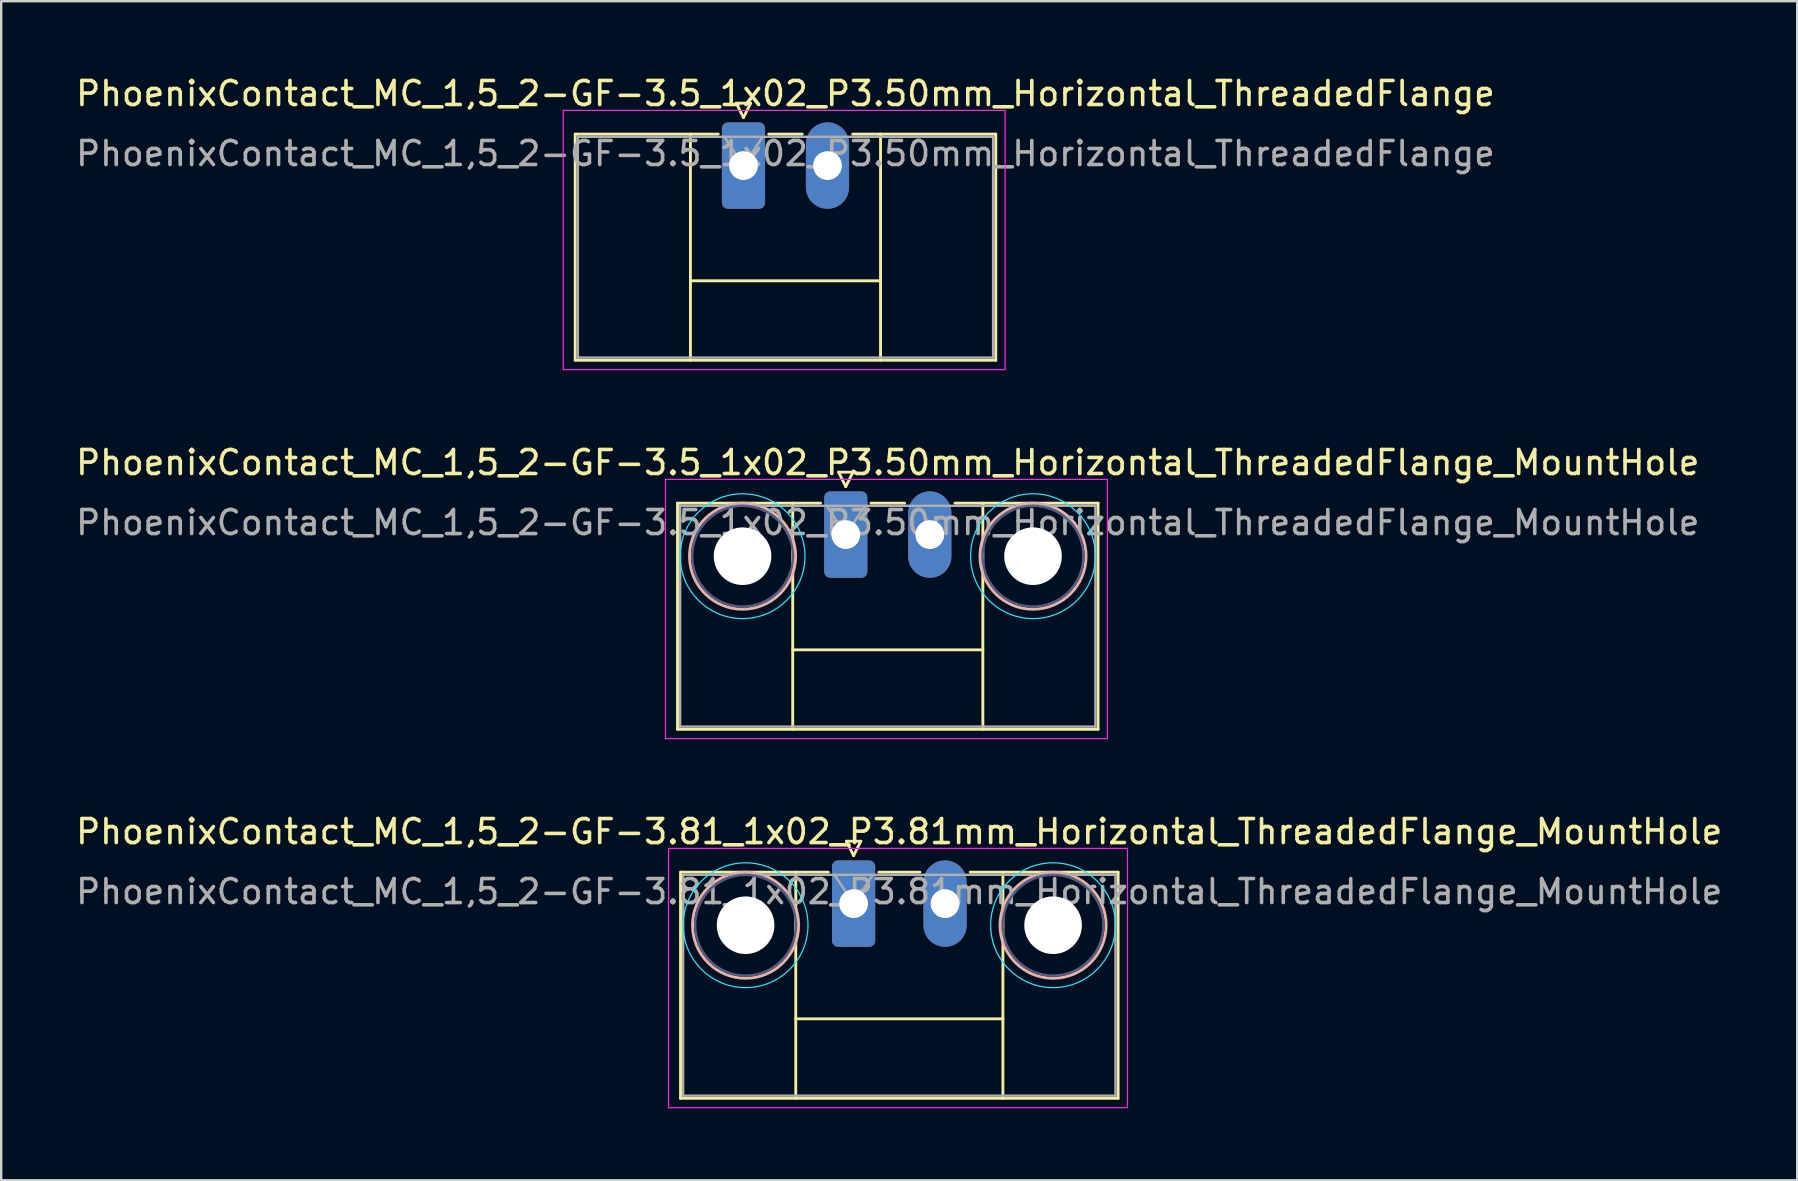
<source format=kicad_pcb>
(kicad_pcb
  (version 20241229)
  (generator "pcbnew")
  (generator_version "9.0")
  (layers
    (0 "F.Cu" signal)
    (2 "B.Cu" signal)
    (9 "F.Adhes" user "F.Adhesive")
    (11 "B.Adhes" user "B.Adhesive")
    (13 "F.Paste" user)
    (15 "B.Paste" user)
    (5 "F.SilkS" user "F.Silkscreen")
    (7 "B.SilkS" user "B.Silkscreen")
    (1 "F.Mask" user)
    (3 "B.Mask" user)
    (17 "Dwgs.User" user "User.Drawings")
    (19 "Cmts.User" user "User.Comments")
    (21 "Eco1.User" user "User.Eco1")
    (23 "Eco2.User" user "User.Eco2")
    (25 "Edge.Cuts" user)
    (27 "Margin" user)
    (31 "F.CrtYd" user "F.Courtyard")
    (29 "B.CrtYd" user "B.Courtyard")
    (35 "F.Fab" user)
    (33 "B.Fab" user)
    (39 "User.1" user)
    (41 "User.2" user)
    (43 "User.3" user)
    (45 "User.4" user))
  (footprint "PhoenixContact_MC_1,5_2-GF-3.5_1x02_P3.50mm_Horizontal_ThreadedFlange"
    (layer "F.Cu")
    (at 27.923 3.848)
    (property "Reference" "PhoenixContact_MC_1,5_2-GF-3.5_1x02_P3.50mm_Horizontal_ThreadedFlange" (at 1.75 -3 0) (layer "F.SilkS") (effects (font (size 1 1) (thickness 0.15))))
    (attr through_hole)
    (fp_line (start -7.01 -1.31) (end -7.01 8.11) (stroke (width 0.12) (type solid)) (layer "F.SilkS"))
    (fp_line (start -7.01 -1.31) (end -1.05 -1.31) (stroke (width 0.12) (type solid)) (layer "F.SilkS"))
    (fp_line (start -7.01 8.11) (end 10.51 8.11) (stroke (width 0.12) (type solid)) (layer "F.SilkS"))
    (fp_line (start -2.21 -1.31) (end -2.21 8.11) (stroke (width 0.12) (type solid)) (layer "F.SilkS"))
    (fp_line (start -2.21 4.8) (end 5.71 4.8) (stroke (width 0.12) (type solid)) (layer "F.SilkS"))
    (fp_line (start -0.3 -2.6) (end 0.3 -2.6) (stroke (width 0.12) (type solid)) (layer "F.SilkS"))
    (fp_line (start 0 -2) (end -0.3 -2.6) (stroke (width 0.12) (type solid)) (layer "F.SilkS"))
    (fp_line (start 0.3 -2.6) (end 0 -2) (stroke (width 0.12) (type solid)) (layer "F.SilkS"))
    (fp_line (start 1.05 -1.31) (end 2.45 -1.31) (stroke (width 0.12) (type solid)) (layer "F.SilkS"))
    (fp_line (start 5.71 -1.31) (end 5.71 8.11) (stroke (width 0.12) (type solid)) (layer "F.SilkS"))
    (fp_line (start 10.51 -1.31) (end 4.55 -1.31) (stroke (width 0.12) (type solid)) (layer "F.SilkS"))
    (fp_line (start 10.51 8.11) (end 10.51 -1.31) (stroke (width 0.12) (type solid)) (layer "F.SilkS"))
    (fp_line (start -7.51 -2.3) (end -7.51 8.5) (stroke (width 0.05) (type solid)) (layer "F.CrtYd"))
    (fp_line (start -7.51 8.5) (end 10.9 8.5) (stroke (width 0.05) (type solid)) (layer "F.CrtYd"))
    (fp_line (start 10.9 -2.3) (end -7.51 -2.3) (stroke (width 0.05) (type solid)) (layer "F.CrtYd"))
    (fp_line (start 10.9 8.5) (end 10.9 -2.3) (stroke (width 0.05) (type solid)) (layer "F.CrtYd"))
    (fp_line (start -6.9 -1.2) (end -6.9 8) (stroke (width 0.1) (type solid)) (layer "F.Fab"))
    (fp_line (start -6.9 8) (end 10.4 8) (stroke (width 0.1) (type solid)) (layer "F.Fab"))
    (fp_line (start 0 0) (end -0.8 -1.2) (stroke (width 0.1) (type solid)) (layer "F.Fab"))
    (fp_line (start 0.8 -1.2) (end 0 0) (stroke (width 0.1) (type solid)) (layer "F.Fab"))
    (fp_line (start 10.4 -1.2) (end -6.9 -1.2) (stroke (width 0.1) (type solid)) (layer "F.Fab"))
    (fp_line (start 10.4 8) (end 10.4 -1.2) (stroke (width 0.1) (type solid)) (layer "F.Fab"))
    (fp_text user "${REFERENCE}" (at 1.75 -0.5 0) (layer "F.Fab") (effects (font (size 1 1) (thickness 0.15))))
    (pad "1" thru_hole roundrect (at 0 0) (size 1.8 3.6) (drill 1.2) (layers "*.Cu" "*.Mask") (roundrect_rratio 0.139))
    (pad "2" thru_hole oval (at 3.5 0) (size 1.8 3.6) (drill 1.2) (layers "*.Cu" "*.Mask")))
  (footprint "PhoenixContact_MC_1,5_2-GF-3.5_1x02_P3.50mm_Horizontal_ThreadedFlange_MountHole"
    (layer "F.Cu")
    (at 32.185 19.221)
    (property "Reference" "PhoenixContact_MC_1,5_2-GF-3.5_1x02_P3.50mm_Horizontal_ThreadedFlange_MountHole" (at 1.75 -3 0) (layer "F.SilkS") (effects (font (size 1 1) (thickness 0.15))))
    (attr through_hole)
    (fp_line (start -7.01 -1.31) (end -7.01 8.11) (stroke (width 0.12) (type solid)) (layer "F.SilkS"))
    (fp_line (start -7.01 -1.31) (end -1.05 -1.31) (stroke (width 0.12) (type solid)) (layer "F.SilkS"))
    (fp_line (start -7.01 8.11) (end 10.51 8.11) (stroke (width 0.12) (type solid)) (layer "F.SilkS"))
    (fp_line (start -2.21 -1.31) (end -2.21 8.11) (stroke (width 0.12) (type solid)) (layer "F.SilkS"))
    (fp_line (start -2.21 4.8) (end 5.71 4.8) (stroke (width 0.12) (type solid)) (layer "F.SilkS"))
    (fp_line (start -0.3 -2.6) (end 0.3 -2.6) (stroke (width 0.12) (type solid)) (layer "F.SilkS"))
    (fp_line (start 0 -2) (end -0.3 -2.6) (stroke (width 0.12) (type solid)) (layer "F.SilkS"))
    (fp_line (start 0.3 -2.6) (end 0 -2) (stroke (width 0.12) (type solid)) (layer "F.SilkS"))
    (fp_line (start 1.05 -1.31) (end 2.45 -1.31) (stroke (width 0.12) (type solid)) (layer "F.SilkS"))
    (fp_line (start 5.71 -1.31) (end 5.71 8.11) (stroke (width 0.12) (type solid)) (layer "F.SilkS"))
    (fp_line (start 10.51 -1.31) (end 4.55 -1.31) (stroke (width 0.12) (type solid)) (layer "F.SilkS"))
    (fp_line (start 10.51 8.11) (end 10.51 -1.31) (stroke (width 0.12) (type solid)) (layer "F.SilkS"))
    (fp_circle (center -4.3 0.9) (end -2.09 0.9) (stroke (width 0.12) (type solid)) (fill no) (layer "B.SilkS"))
    (fp_circle (center 7.8 0.9) (end 10.01 0.9) (stroke (width 0.12) (type solid)) (fill no) (layer "B.SilkS"))
    (fp_circle (center -4.3 0.9) (end -1.7 0.9) (stroke (width 0.05) (type solid)) (fill no) (layer "B.CrtYd"))
    (fp_circle (center 7.8 0.9) (end 10.4 0.9) (stroke (width 0.05) (type solid)) (fill no) (layer "B.CrtYd"))
    (fp_line (start -7.51 -2.3) (end -7.51 8.5) (stroke (width 0.05) (type solid)) (layer "F.CrtYd"))
    (fp_line (start -7.51 8.5) (end 10.9 8.5) (stroke (width 0.05) (type solid)) (layer "F.CrtYd"))
    (fp_line (start 10.9 -2.3) (end -7.51 -2.3) (stroke (width 0.05) (type solid)) (layer "F.CrtYd"))
    (fp_line (start 10.9 8.5) (end 10.9 -2.3) (stroke (width 0.05) (type solid)) (layer "F.CrtYd"))
    (fp_circle (center -4.3 0.9) (end -2.2 0.9) (stroke (width 0.1) (type solid)) (fill no) (layer "B.Fab"))
    (fp_circle (center 7.8 0.9) (end 9.9 0.9) (stroke (width 0.1) (type solid)) (fill no) (layer "B.Fab"))
    (fp_line (start -6.9 -1.2) (end -6.9 8) (stroke (width 0.1) (type solid)) (layer "F.Fab"))
    (fp_line (start -6.9 8) (end 10.4 8) (stroke (width 0.1) (type solid)) (layer "F.Fab"))
    (fp_line (start 0 0) (end -0.8 -1.2) (stroke (width 0.1) (type solid)) (layer "F.Fab"))
    (fp_line (start 0.8 -1.2) (end 0 0) (stroke (width 0.1) (type solid)) (layer "F.Fab"))
    (fp_line (start 10.4 -1.2) (end -6.9 -1.2) (stroke (width 0.1) (type solid)) (layer "F.Fab"))
    (fp_line (start 10.4 8) (end 10.4 -1.2) (stroke (width 0.1) (type solid)) (layer "F.Fab"))
    (fp_text user "${REFERENCE}" (at 1.75 -0.5 0) (layer "F.Fab") (effects (font (size 1 1) (thickness 0.15))))
    (pad "" np_thru_hole circle (at -4.3 0.9) (size 2.4 2.4) (drill 2.4) (layers "*.Cu" "*.Mask"))
    (pad "" np_thru_hole circle (at 7.8 0.9) (size 2.4 2.4) (drill 2.4) (layers "*.Cu" "*.Mask"))
    (pad "1" thru_hole roundrect (at 0 0) (size 1.8 3.6) (drill 1.2) (layers "*.Cu" "*.Mask") (roundrect_rratio 0.139))
    (pad "2" thru_hole oval (at 3.5 0) (size 1.8 3.6) (drill 1.2) (layers "*.Cu" "*.Mask")))
  (footprint "PhoenixContact_MC_1,5_2-GF-3.81_1x02_P3.81mm_Horizontal_ThreadedFlange_MountHole"
    (layer "F.Cu")
    (at 32.511 34.595)
    (property "Reference" "PhoenixContact_MC_1,5_2-GF-3.81_1x02_P3.81mm_Horizontal_ThreadedFlange_MountHole" (at 1.9 -3 0) (layer "F.SilkS") (effects (font (size 1 1) (thickness 0.15))))
    (attr through_hole)
    (fp_line (start -7.21 -1.31) (end -7.21 8.11) (stroke (width 0.12) (type solid)) (layer "F.SilkS"))
    (fp_line (start -7.21 -1.31) (end -1.05 -1.31) (stroke (width 0.12) (type solid)) (layer "F.SilkS"))
    (fp_line (start -7.21 8.11) (end 11.02 8.11) (stroke (width 0.12) (type solid)) (layer "F.SilkS"))
    (fp_line (start -2.41 -1.31) (end -2.41 8.11) (stroke (width 0.12) (type solid)) (layer "F.SilkS"))
    (fp_line (start -2.41 4.8) (end 6.22 4.8) (stroke (width 0.12) (type solid)) (layer "F.SilkS"))
    (fp_line (start -0.3 -2.6) (end 0.3 -2.6) (stroke (width 0.12) (type solid)) (layer "F.SilkS"))
    (fp_line (start 0 -2) (end -0.3 -2.6) (stroke (width 0.12) (type solid)) (layer "F.SilkS"))
    (fp_line (start 0.3 -2.6) (end 0 -2) (stroke (width 0.12) (type solid)) (layer "F.SilkS"))
    (fp_line (start 1.05 -1.31) (end 2.76 -1.31) (stroke (width 0.12) (type solid)) (layer "F.SilkS"))
    (fp_line (start 6.22 -1.31) (end 6.22 8.11) (stroke (width 0.12) (type solid)) (layer "F.SilkS"))
    (fp_line (start 11.02 -1.31) (end 4.86 -1.31) (stroke (width 0.12) (type solid)) (layer "F.SilkS"))
    (fp_line (start 11.02 8.11) (end 11.02 -1.31) (stroke (width 0.12) (type solid)) (layer "F.SilkS"))
    (fp_circle (center -4.5 0.9) (end -2.29 0.9) (stroke (width 0.12) (type solid)) (fill no) (layer "B.SilkS"))
    (fp_circle (center 8.31 0.9) (end 10.52 0.9) (stroke (width 0.12) (type solid)) (fill no) (layer "B.SilkS"))
    (fp_circle (center -4.5 0.9) (end -1.9 0.9) (stroke (width 0.05) (type solid)) (fill no) (layer "B.CrtYd"))
    (fp_circle (center 8.31 0.9) (end 10.91 0.9) (stroke (width 0.05) (type solid)) (fill no) (layer "B.CrtYd"))
    (fp_line (start -7.71 -2.3) (end -7.71 8.5) (stroke (width 0.05) (type solid)) (layer "F.CrtYd"))
    (fp_line (start -7.71 8.5) (end 11.41 8.5) (stroke (width 0.05) (type solid)) (layer "F.CrtYd"))
    (fp_line (start 11.41 -2.3) (end -7.71 -2.3) (stroke (width 0.05) (type solid)) (layer "F.CrtYd"))
    (fp_line (start 11.41 8.5) (end 11.41 -2.3) (stroke (width 0.05) (type solid)) (layer "F.CrtYd"))
    (fp_circle (center -4.5 0.9) (end -2.4 0.9) (stroke (width 0.1) (type solid)) (fill no) (layer "B.Fab"))
    (fp_circle (center 8.31 0.9) (end 10.41 0.9) (stroke (width 0.1) (type solid)) (fill no) (layer "B.Fab"))
    (fp_line (start -7.1 -1.2) (end -7.1 8) (stroke (width 0.1) (type solid)) (layer "F.Fab"))
    (fp_line (start -7.1 8) (end 10.91 8) (stroke (width 0.1) (type solid)) (layer "F.Fab"))
    (fp_line (start 0 0) (end -0.8 -1.2) (stroke (width 0.1) (type solid)) (layer "F.Fab"))
    (fp_line (start 0.8 -1.2) (end 0 0) (stroke (width 0.1) (type solid)) (layer "F.Fab"))
    (fp_line (start 10.91 -1.2) (end -7.1 -1.2) (stroke (width 0.1) (type solid)) (layer "F.Fab"))
    (fp_line (start 10.91 8) (end 10.91 -1.2) (stroke (width 0.1) (type solid)) (layer "F.Fab"))
    (fp_text user "${REFERENCE}" (at 1.9 -0.5 0) (layer "F.Fab") (effects (font (size 1 1) (thickness 0.15))))
    (pad "" np_thru_hole circle (at -4.5 0.9) (size 2.4 2.4) (drill 2.4) (layers "*.Cu" "*.Mask"))
    (pad "" np_thru_hole circle (at 8.31 0.9) (size 2.4 2.4) (drill 2.4) (layers "*.Cu" "*.Mask"))
    (pad "1" thru_hole roundrect (at 0 0) (size 1.8 3.6) (drill 1.2) (layers "*.Cu" "*.Mask") (roundrect_rratio 0.139))
    (pad "2" thru_hole oval (at 3.81 0) (size 1.8 3.6) (drill 1.2) (layers "*.Cu" "*.Mask")))
  (gr_rect
    (start -3 -3)
    (end 71.821 46.12)
    (stroke (width 0.1) (type default))
    (fill no)
    (layer "Edge.Cuts")))
</source>
